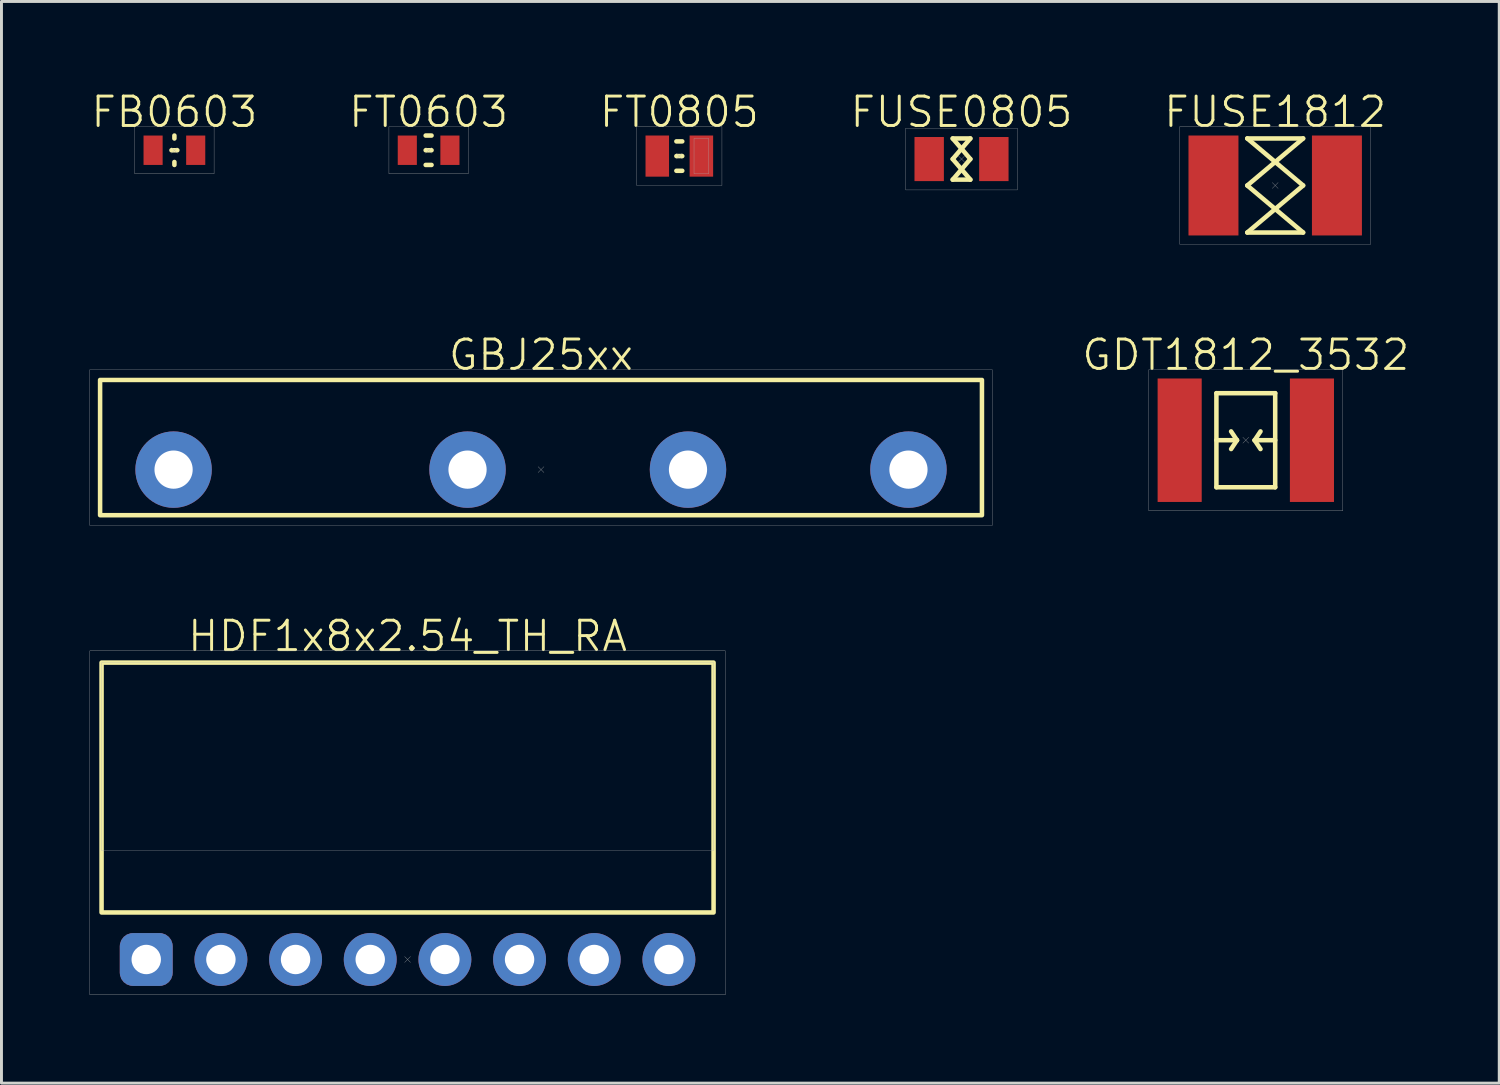
<source format=kicad_pcb>
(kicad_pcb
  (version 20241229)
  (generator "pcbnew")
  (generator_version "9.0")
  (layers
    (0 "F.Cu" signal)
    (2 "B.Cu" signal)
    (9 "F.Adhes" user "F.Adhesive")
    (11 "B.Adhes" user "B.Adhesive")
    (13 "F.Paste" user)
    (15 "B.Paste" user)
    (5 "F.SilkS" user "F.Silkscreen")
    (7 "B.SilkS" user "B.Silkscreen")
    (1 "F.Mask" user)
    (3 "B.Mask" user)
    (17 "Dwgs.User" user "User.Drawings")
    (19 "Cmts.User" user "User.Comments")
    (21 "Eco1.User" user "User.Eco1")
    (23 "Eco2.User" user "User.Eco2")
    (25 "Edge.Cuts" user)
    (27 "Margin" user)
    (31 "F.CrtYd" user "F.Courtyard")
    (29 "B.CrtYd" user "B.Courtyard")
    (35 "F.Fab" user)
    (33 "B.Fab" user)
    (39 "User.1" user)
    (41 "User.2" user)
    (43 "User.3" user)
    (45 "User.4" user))
  (footprint "FUSE0805"
    (layer "F.Cu")
    (at 29.66 2.361)
    (property "Reference" "FUSE0805" (at 0 -1.6 0) (unlocked yes) (layer "F.SilkS") (effects (font (size 1 1) (thickness 0.1))))
    (attr smd)
    (fp_line (start -0.3 -0.7) (end 0.3 -0.7) (stroke (width 0.154) (type default)) (layer "F.SilkS"))
    (fp_line (start -0.3 -0.7) (end 0.3 0) (stroke (width 0.154) (type default)) (layer "F.SilkS"))
    (fp_line (start -0.3 0) (end 0.3 -0.7) (stroke (width 0.154) (type default)) (layer "F.SilkS"))
    (fp_line (start -0.3 0.7) (end 0.3 0.7) (stroke (width 0.154) (type default)) (layer "F.SilkS"))
    (fp_line (start 0.3 0) (end -0.3 0.7) (stroke (width 0.154) (type default)) (layer "F.SilkS"))
    (fp_line (start 0.3 0.7) (end -0.3 0) (stroke (width 0.154) (type default)) (layer "F.SilkS"))
    (fp_line (start -0.1 -0.1) (end 0.1 0.1) (stroke (width 0.01) (type default)) (layer "F.Fab"))
    (fp_line (start 0.1 -0.1) (end -0.1 0.1) (stroke (width 0.01) (type default)) (layer "F.Fab"))
    (fp_rect (start -1.9 -1.05) (end 1.9 1.05) (stroke (width 0.01) (type default)) (fill no) (layer "F.Fab"))
    (pad "1" smd rect (at -1.1 0) (size 1 1.5) (layers "F.Cu" "F.Mask" "F.Paste"))
    (pad "2" smd rect (at 1.1 0) (size 1 1.5) (layers "F.Cu" "F.Mask" "F.Paste")))
  (footprint "FT0805"
    (layer "F.Cu")
    (at 20.06 2.26)
    (property "Reference" "FT0805" (at 0 -1.5 0) (unlocked yes) (layer "F.SilkS") (effects (font (size 1 1) (thickness 0.1))))
    (attr smd)
    (fp_line (start -0.1 -0.5) (end 0.1 -0.5) (stroke (width 0.154) (type default)) (layer "F.SilkS"))
    (fp_line (start -0.1 0) (end 0.1 0) (stroke (width 0.154) (type default)) (layer "F.SilkS"))
    (fp_line (start -0.1 0.5) (end 0.1 0.5) (stroke (width 0.154) (type default)) (layer "F.SilkS"))
    (fp_line (start -0.1 -0.1) (end 0.1 0.1) (stroke (width 0.01) (type default)) (layer "F.Fab"))
    (fp_line (start 0.1 -0.1) (end -0.1 0.1) (stroke (width 0.01) (type default)) (layer "F.Fab"))
    (fp_rect (start -1.45 -1) (end 1.45 1) (stroke (width 0.01) (type default)) (fill no) (layer "F.Fab"))
    (fp_rect (start 0.5 -0.6) (end 1 0.6) (stroke (width 0.01) (type default)) (fill no) (layer "F.Fab"))
    (pad "1" smd rect (at -0.75 0) (size 0.8 1.4) (layers "F.Cu" "F.Mask" "F.Paste"))
    (pad "2" smd rect (at 0.75 0) (size 0.8 1.4) (layers "F.Cu" "F.Mask" "F.Paste")))
  (footprint "FUSE1812"
    (layer "F.Cu")
    (at 40.331 3.26)
    (property "Reference" "FUSE1812" (at 0 -2.5 0) (unlocked yes) (layer "F.SilkS") (effects (font (size 1 1) (thickness 0.1))))
    (attr smd)
    (fp_line (start -0.95 -1.6) (end 0.95 -1.6) (stroke (width 0.154) (type default)) (layer "F.SilkS"))
    (fp_line (start -0.95 -1.6) (end 0.95 0) (stroke (width 0.154) (type default)) (layer "F.SilkS"))
    (fp_line (start -0.95 0) (end 0.95 -1.6) (stroke (width 0.154) (type default)) (layer "F.SilkS"))
    (fp_line (start -0.95 1.6) (end 0.95 1.6) (stroke (width 0.154) (type default)) (layer "F.SilkS"))
    (fp_line (start 0.95 0) (end -0.95 1.6) (stroke (width 0.154) (type default)) (layer "F.SilkS"))
    (fp_line (start 0.95 1.6) (end -0.95 0) (stroke (width 0.154) (type default)) (layer "F.SilkS"))
    (fp_line (start -0.1 -0.1) (end 0.1 0.1) (stroke (width 0.01) (type default)) (layer "F.Fab"))
    (fp_line (start 0.1 -0.1) (end -0.1 0.1) (stroke (width 0.01) (type default)) (layer "F.Fab"))
    (fp_rect (start -3.25 -2) (end 3.25 2) (stroke (width 0.01) (type default)) (fill no) (layer "F.Fab"))
    (pad "1" smd rect (at -2.1 0) (size 1.7 3.4) (layers "F.Cu" "F.Mask" "F.Paste"))
    (pad "2" smd rect (at 2.1 0) (size 1.7 3.4) (layers "F.Cu" "F.Mask" "F.Paste")))
  (footprint "FB0603"
    (layer "F.Cu")
    (at 2.883 2.061)
    (property "Reference" "FB0603" (at 0 -1.3 0) (unlocked yes) (layer "F.SilkS") (effects (font (size 1 1) (thickness 0.1))))
    (attr smd)
    (fp_line (start -0.1 0) (end 0.1 0) (stroke (width 0.154) (type default)) (layer "F.SilkS"))
    (fp_line (start 0 -0.4) (end 0 -0.5) (stroke (width 0.154) (type default)) (layer "F.SilkS"))
    (fp_line (start 0 0.5) (end 0 0.4) (stroke (width 0.154) (type default)) (layer "F.SilkS"))
    (fp_line (start -0.1 -0.1) (end 0.1 0.1) (stroke (width 0.01) (type default)) (layer "F.Fab"))
    (fp_line (start 0.1 -0.1) (end -0.1 0.1) (stroke (width 0.01) (type default)) (layer "F.Fab"))
    (fp_rect (start -1.35 -0.8) (end 1.35 0.8) (stroke (width 0.01) (type default)) (fill no) (layer "F.Fab"))
    (pad "1" smd rect (at -0.725 0 180) (size 0.65 1) (layers "F.Cu" "F.Mask" "F.Paste"))
    (pad "2" smd rect (at 0.725 0 180) (size 0.65 1) (layers "F.Cu" "F.Mask" "F.Paste")))
  (footprint "FT0603"
    (layer "F.Cu")
    (at 11.531 2.061)
    (property "Reference" "FT0603" (at 0 -1.3 0) (unlocked yes) (layer "F.SilkS") (effects (font (size 1 1) (thickness 0.1))))
    (attr smd)
    (fp_line (start -0.1 -0.5) (end 0.1 -0.5) (stroke (width 0.154) (type default)) (layer "F.SilkS"))
    (fp_line (start -0.1 0) (end 0.1 0) (stroke (width 0.154) (type default)) (layer "F.SilkS"))
    (fp_line (start -0.1 0.5) (end 0.1 0.5) (stroke (width 0.154) (type default)) (layer "F.SilkS"))
    (fp_line (start -0.1 -0.1) (end 0.1 0.1) (stroke (width 0.01) (type default)) (layer "F.Fab"))
    (fp_line (start 0.1 -0.1) (end -0.1 0.1) (stroke (width 0.01) (type default)) (layer "F.Fab"))
    (fp_rect (start -1.35 -0.8) (end 1.35 0.8) (stroke (width 0.01) (type default)) (fill no) (layer "F.Fab"))
    (pad "1" smd rect (at -0.725 0 180) (size 0.65 1) (layers "F.Cu" "F.Mask" "F.Paste"))
    (pad "2" smd rect (at 0.725 0 180) (size 0.65 1) (layers "F.Cu" "F.Mask" "F.Paste")))
  (footprint "GDT1812_3532"
    (layer "F.Cu")
    (at 39.331 11.926)
    (property "Reference" "GDT1812_3532" (at 0 -2.9 0) (unlocked yes) (layer "F.SilkS") (effects (font (size 1 1) (thickness 0.1))))
    (attr smd)
    (fp_line (start -1 -1.6) (end 1 -1.6) (stroke (width 0.154) (type default)) (layer "F.SilkS"))
    (fp_line (start -1 0) (end -0.3 0) (stroke (width 0.154) (type default)) (layer "F.SilkS"))
    (fp_line (start -1 1.6) (end -1 -1.6) (stroke (width 0.154) (type default)) (layer "F.SilkS"))
    (fp_line (start -1 1.6) (end 1 1.6) (stroke (width 0.154) (type default)) (layer "F.SilkS"))
    (fp_line (start -0.3 0) (end -0.5 -0.3) (stroke (width 0.154) (type default)) (layer "F.SilkS"))
    (fp_line (start -0.3 0) (end -0.5 0.3) (stroke (width 0.154) (type default)) (layer "F.SilkS"))
    (fp_line (start 0.3 0) (end 0.5 -0.3) (stroke (width 0.154) (type default)) (layer "F.SilkS"))
    (fp_line (start 0.3 0) (end 0.5 0.3) (stroke (width 0.154) (type default)) (layer "F.SilkS"))
    (fp_line (start 0.3 0) (end 1 0) (stroke (width 0.154) (type default)) (layer "F.SilkS"))
    (fp_line (start 1 1.6) (end 1 -1.6) (stroke (width 0.154) (type default)) (layer "F.SilkS"))
    (fp_line (start -0.1 -0.1) (end 0.1 0.1) (stroke (width 0.01) (type default)) (layer "F.Fab"))
    (fp_line (start 0.1 -0.1) (end -0.1 0.1) (stroke (width 0.01) (type default)) (layer "F.Fab"))
    (fp_rect (start -3.3 -2.4) (end 3.3 2.4) (stroke (width 0.01) (type default)) (fill no) (layer "F.Fab"))
    (pad "1" smd rect (at -2.25 0) (size 1.5 4.2) (layers "F.Cu" "F.Mask" "F.Paste"))
    (pad "2" smd rect (at 2.25 0) (size 1.5 4.2) (layers "F.Cu" "F.Mask" "F.Paste")))
  (footprint "HDF1x8x2.54_TH_RA"
    (layer "F.Cu")
    (at 10.815 29.591)
    (property "Reference" "HDF1x8x2.54_TH_RA" (at 0 -11 0) (unlocked yes) (layer "F.SilkS") (effects (font (size 1 1) (thickness 0.1))))
    (attr through_hole)
    (fp_rect (start -10.41 -10.1) (end 10.41 -1.6) (stroke (width 0.154) (type default)) (fill no) (layer "F.SilkS"))
    (fp_line (start -0.1 -0.1) (end 0.1 0.1) (stroke (width 0.01) (type default)) (layer "F.Fab"))
    (fp_line (start 0.1 -0.1) (end -0.1 0.1) (stroke (width 0.01) (type default)) (layer "F.Fab"))
    (fp_rect (start -10.81 -10.5) (end 10.81 1.2) (stroke (width 0.01) (type default)) (fill no) (layer "F.Fab"))
    (fp_rect (start -10.41 -10.1) (end 10.41 -3.7) (stroke (width 0.01) (type default)) (fill no) (layer "F.Fab"))
    (pad "1" thru_hole roundrect (at -8.89 0) (size 1.8 1.8) (drill 1) (layers "*.Cu" "*.Mask") (roundrect_rratio 0.25))
    (pad "2" thru_hole circle (at -6.35 0) (size 1.8 1.8) (drill 1) (layers "*.Cu" "*.Mask"))
    (pad "3" thru_hole circle (at -3.81 0) (size 1.8 1.8) (drill 1) (layers "*.Cu" "*.Mask"))
    (pad "4" thru_hole circle (at -1.27 0) (size 1.8 1.8) (drill 1) (layers "*.Cu" "*.Mask"))
    (pad "5" thru_hole circle (at 1.27 0) (size 1.8 1.8) (drill 1) (layers "*.Cu" "*.Mask"))
    (pad "6" thru_hole circle (at 3.81 0) (size 1.8 1.8) (drill 1) (layers "*.Cu" "*.Mask"))
    (pad "7" thru_hole circle (at 6.35 0) (size 1.8 1.8) (drill 1) (layers "*.Cu" "*.Mask"))
    (pad "8" thru_hole circle (at 8.89 0) (size 1.8 1.8) (drill 1) (layers "*.Cu" "*.Mask")))
  (footprint "GBJ25xx"
    (layer "F.Cu")
    (at 15.355 12.926)
    (property "Reference" "GBJ25xx" (at 0 -3.9 0) (unlocked yes) (layer "F.SilkS") (effects (font (size 1 1) (thickness 0.1))))
    (attr through_hole)
    (fp_rect (start -15 -3.05) (end 15 1.55) (stroke (width 0.154) (type default)) (fill no) (layer "F.SilkS"))
    (fp_line (start -0.1 -0.1) (end 0.1 0.1) (stroke (width 0.01) (type default)) (layer "F.Fab"))
    (fp_line (start 0.1 -0.1) (end -0.1 0.1) (stroke (width 0.01) (type default)) (layer "F.Fab"))
    (fp_rect (start -15.35 -3.4) (end 15.35 1.9) (stroke (width 0.01) (type default)) (fill no) (layer "F.Fab"))
    (pad "1" thru_hole circle (at -12.5 0) (size 2.6 2.6) (drill 1.3) (layers "*.Cu" "*.Mask"))
    (pad "2" thru_hole circle (at -2.5 0) (size 2.6 2.6) (drill 1.3) (layers "*.Cu" "*.Mask"))
    (pad "3" thru_hole circle (at 5 0) (size 2.6 2.6) (drill 1.3) (layers "*.Cu" "*.Mask"))
    (pad "4" thru_hole circle (at 12.5 0) (size 2.6 2.6) (drill 1.3) (layers "*.Cu" "*.Mask")))
  (gr_rect
    (start -3 -3)
    (end 47.953 33.797)
    (stroke (width 0.1) (type default))
    (fill no)
    (layer "Edge.Cuts")))
</source>
